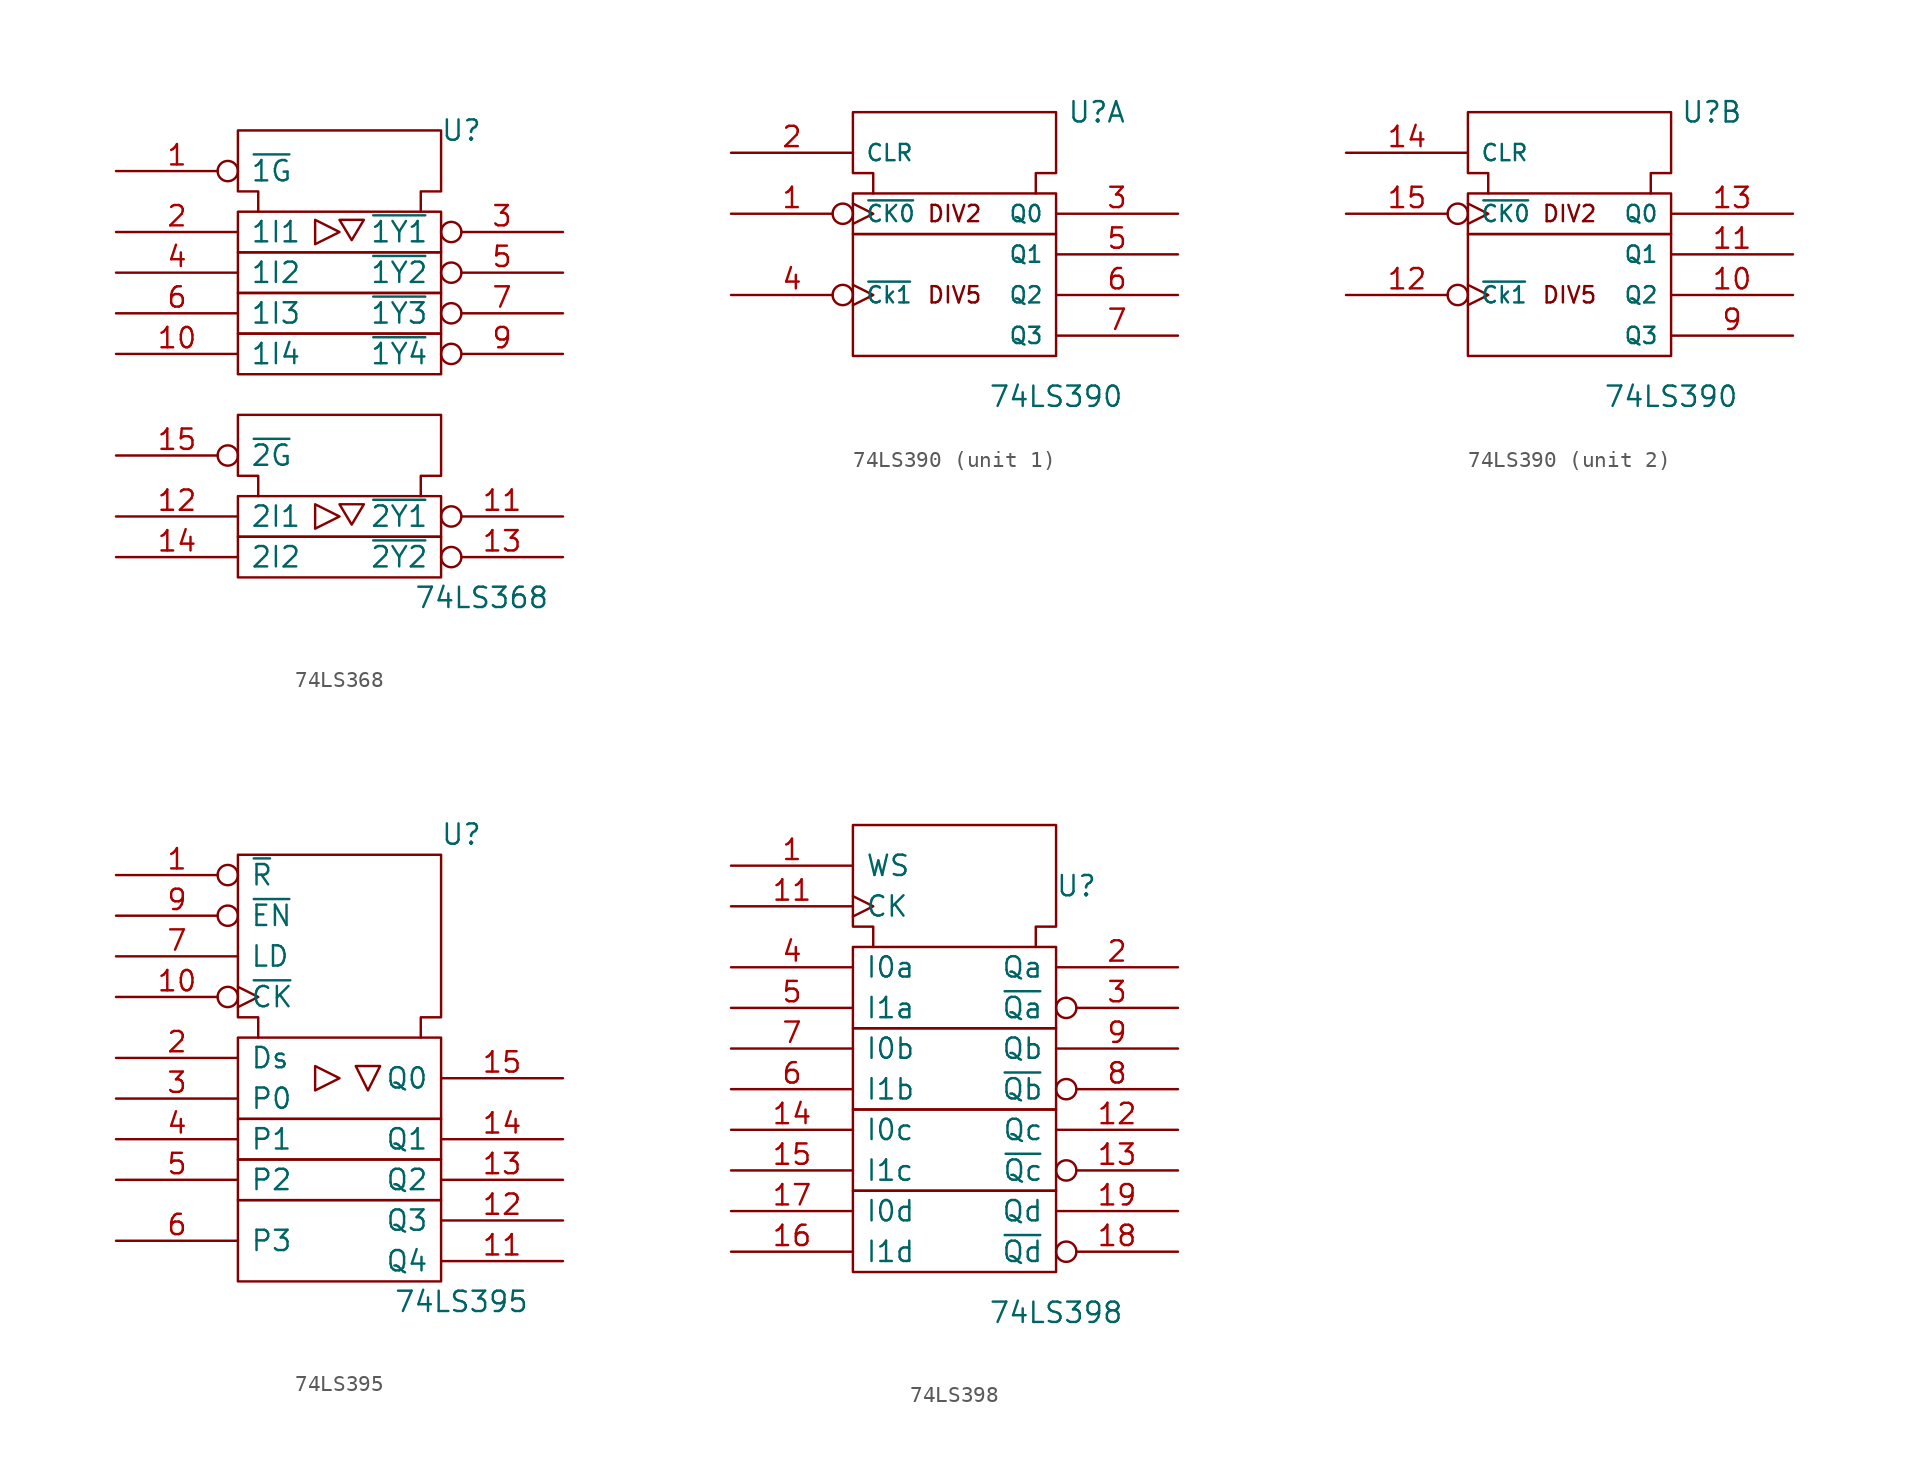
<source format=kicad_sym>
(kicad_symbol_lib
  (version 20231120)
  (generator "kicad_symbol_editor")
  (generator_version "8.0")
  (symbol "74LS368"
    (pin_names
      (offset 0.762))
    (property "Reference" "U"
      (at 7.62 8.89 0)
      (effects (font (size 1.27 1.27))))
    (property "Value" "74LS368"
      (at 8.89 -20.32 0)
      (effects (font (size 1.27 1.27))))
    (symbol "74LS368_0_0"
      (rectangle (start -6.35 -16.51) (end 6.35 -19.05) (stroke (width 0) (type default)) (fill (type none)))
      (rectangle (start -6.35 -13.97) (end 6.35 -16.51) (stroke (width 0) (type default)) (fill (type none)))
      (rectangle (start -6.35 -3.81) (end 6.35 -6.35) (stroke (width 0) (type default)) (fill (type none)))
      (rectangle (start -6.35 -1.27) (end 6.35 -3.81) (stroke (width 0) (type default)) (fill (type none)))
      (rectangle (start -6.35 1.27) (end 6.35 -1.27) (stroke (width 0) (type default)) (fill (type none)))
      (rectangle (start -6.35 3.81) (end 6.35 1.27) (stroke (width 0) (type default)) (fill (type none)))
      (polyline (pts (xy -1.524 -14.478) (xy -1.524 -16.002) (xy 0 -15.24) (xy -1.524 -14.478) (xy -1.524 -14.478)) (stroke (width 0) (type default)) (fill (type none)))
      (polyline (pts (xy -1.524 3.302) (xy 0 2.54) (xy -1.524 1.778) (xy -1.524 3.302) (xy -1.524 3.302)) (stroke (width 0) (type default)) (fill (type none)))
      (polyline (pts (xy -5.08 -13.97) (xy -5.08 -12.7) (xy -6.35 -12.7) (xy -6.35 -8.89) (xy 6.35 -8.89) (xy 6.35 -12.7) (xy 5.08 -12.7) (xy 5.08 -13.97) (xy 5.08 -13.97)) (stroke (width 0) (type default)) (fill (type none)))
      (polyline (pts (xy -5.08 3.81) (xy -5.08 5.08) (xy -6.35 5.08) (xy -6.35 8.89) (xy 6.35 8.89) (xy 6.35 5.08) (xy 5.08 5.08) (xy 5.08 3.81) (xy 5.08 3.81)) (stroke (width 0) (type default)) (fill (type none)))
      (pin power_in line (at 3.81 8.89 270) (length 0) hide (name "VCC" (effects (font (size 1.27 1.27)))) (number "16" (effects (font (size 1.27 1.27)))))
      (pin power_in line (at 0 8.89 270) (length 0) hide (name "GND" (effects (font (size 1.27 1.27)))) (number "8" (effects (font (size 1.27 1.27))))))
    (symbol "74LS368_0_1"
      (polyline (pts (xy 0 -14.478) (xy 1.524 -14.478) (xy 0.762 -15.748) (xy 0 -14.478) (xy 0 -14.478)) (stroke (width 0) (type default)) (fill (type none)))
      (polyline (pts (xy 0 3.302) (xy 1.524 3.302) (xy 0.762 2.032) (xy 0 3.302) (xy 0.254 3.302)) (stroke (width 0) (type default)) (fill (type none))))
    (symbol "74LS368_1_1"
      (pin input inverted (at -13.97 6.35 0) (length 7.62) (name "~{1G}" (effects (font (size 1.27 1.27)))) (number "1" (effects (font (size 1.27 1.27)))))
      (pin input line (at -13.97 -5.08 0) (length 7.62) (name "1I4" (effects (font (size 1.27 1.27)))) (number "10" (effects (font (size 1.27 1.27)))))
      (pin tri_state inverted (at 13.97 -15.24 180) (length 7.62) (name "~{2Y1}" (effects (font (size 1.27 1.27)))) (number "11" (effects (font (size 1.27 1.27)))))
      (pin input line (at -13.97 -15.24 0) (length 7.62) (name "2I1" (effects (font (size 1.27 1.27)))) (number "12" (effects (font (size 1.27 1.27)))))
      (pin tri_state inverted (at 13.97 -17.78 180) (length 7.62) (name "~{2Y2}" (effects (font (size 1.27 1.27)))) (number "13" (effects (font (size 1.27 1.27)))))
      (pin input line (at -13.97 -17.78 0) (length 7.62) (name "2I2" (effects (font (size 1.27 1.27)))) (number "14" (effects (font (size 1.27 1.27)))))
      (pin input inverted (at -13.97 -11.43 0) (length 7.62) (name "~{2G}" (effects (font (size 1.27 1.27)))) (number "15" (effects (font (size 1.27 1.27)))))
      (pin input line (at -13.97 2.54 0) (length 7.62) (name "1I1" (effects (font (size 1.27 1.27)))) (number "2" (effects (font (size 1.27 1.27)))))
      (pin tri_state inverted (at 13.97 2.54 180) (length 7.62) (name "~{1Y1}" (effects (font (size 1.27 1.27)))) (number "3" (effects (font (size 1.27 1.27)))))
      (pin input line (at -13.97 0 0) (length 7.62) (name "1I2" (effects (font (size 1.27 1.27)))) (number "4" (effects (font (size 1.27 1.27)))))
      (pin tri_state inverted (at 13.97 0 180) (length 7.62) (name "~{1Y2}" (effects (font (size 1.27 1.27)))) (number "5" (effects (font (size 1.27 1.27)))))
      (pin input line (at -13.97 -2.54 0) (length 7.62) (name "1I3" (effects (font (size 1.27 1.27)))) (number "6" (effects (font (size 1.27 1.27)))))
      (pin tri_state inverted (at 13.97 -2.54 180) (length 7.62) (name "~{1Y3}" (effects (font (size 1.27 1.27)))) (number "7" (effects (font (size 1.27 1.27)))))
      (pin tri_state inverted (at 13.97 -5.08 180) (length 7.62) (name "~{1Y4}" (effects (font (size 1.27 1.27)))) (number "9" (effects (font (size 1.27 1.27)))))))
  (symbol "74LS390"
    (pin_names
      (offset 0.762))
    (property "Reference" "U"
      (at 8.89 10.16 0)
      (effects (font (size 1.27 1.27))))
    (property "Value" "74LS390"
      (at 6.35 -7.62 0)
      (effects (font (size 1.27 1.27))))
    (symbol "74LS390_0_0"
      (rectangle (start -6.35 2.54) (end 6.35 -5.08) (stroke (width 0) (type default)) (fill (type none)))
      (rectangle (start -6.35 5.08) (end 6.35 2.54) (stroke (width 0) (type default)) (fill (type none)))
      (polyline (pts (xy -5.08 5.08) (xy -5.08 6.35) (xy -6.35 6.35) (xy -6.35 10.16) (xy 6.35 10.16) (xy 6.35 6.35) (xy 5.08 6.35) (xy 5.08 5.08) (xy 5.08 5.08)) (stroke (width 0) (type default)) (fill (type none)))
      (text "DIV2" (at 0 3.81 0) (effects (font (size 1.016 1.016))))
      (text "DIV5" (at 0 -1.27 0) (effects (font (size 1.016 1.016))))
      (pin power_in line (at 3.81 10.16 270) (length 0) hide (name "VCC" (effects (font (size 1.016 1.016)))) (number "16" (effects (font (size 1.27 1.27)))))
      (pin power_in line (at 1.27 10.16 270) (length 0) hide (name "GND" (effects (font (size 1.016 1.016)))) (number "8" (effects (font (size 1.27 1.27))))))
    (symbol "74LS390_1_1"
      (pin input inverted_clock (at -13.97 3.81 0) (length 7.62) (name "~{CK0}" (effects (font (size 1.016 1.016)))) (number "1" (effects (font (size 1.27 1.27)))))
      (pin input line (at -13.97 7.62 0) (length 7.62) (name "CLR" (effects (font (size 1.016 1.016)))) (number "2" (effects (font (size 1.27 1.27)))))
      (pin output line (at 13.97 3.81 180) (length 7.62) (name "Q0" (effects (font (size 1.016 1.016)))) (number "3" (effects (font (size 1.27 1.27)))))
      (pin input inverted_clock (at -13.97 -1.27 0) (length 7.62) (name "~{Ck1}" (effects (font (size 1.016 1.016)))) (number "4" (effects (font (size 1.27 1.27)))))
      (pin output line (at 13.97 1.27 180) (length 7.62) (name "Q1" (effects (font (size 1.016 1.016)))) (number "5" (effects (font (size 1.27 1.27)))))
      (pin output line (at 13.97 -1.27 180) (length 7.62) (name "Q2" (effects (font (size 1.016 1.016)))) (number "6" (effects (font (size 1.27 1.27)))))
      (pin output line (at 13.97 -3.81 180) (length 7.62) (name "Q3" (effects (font (size 1.016 1.016)))) (number "7" (effects (font (size 1.27 1.27))))))
    (symbol "74LS390_2_1"
      (pin output line (at 13.97 -1.27 180) (length 7.62) (name "Q2" (effects (font (size 1.016 1.016)))) (number "10" (effects (font (size 1.27 1.27)))))
      (pin output line (at 13.97 1.27 180) (length 7.62) (name "Q1" (effects (font (size 1.016 1.016)))) (number "11" (effects (font (size 1.27 1.27)))))
      (pin input inverted_clock (at -13.97 -1.27 0) (length 7.62) (name "~{Ck1}" (effects (font (size 1.016 1.016)))) (number "12" (effects (font (size 1.27 1.27)))))
      (pin output line (at 13.97 3.81 180) (length 7.62) (name "Q0" (effects (font (size 1.016 1.016)))) (number "13" (effects (font (size 1.27 1.27)))))
      (pin input line (at -13.97 7.62 0) (length 7.62) (name "CLR" (effects (font (size 1.016 1.016)))) (number "14" (effects (font (size 1.27 1.27)))))
      (pin input inverted_clock (at -13.97 3.81 0) (length 7.62) (name "~{CK0}" (effects (font (size 1.016 1.016)))) (number "15" (effects (font (size 1.27 1.27)))))
      (pin output line (at 13.97 -3.81 180) (length 7.62) (name "Q3" (effects (font (size 1.016 1.016)))) (number "9" (effects (font (size 1.27 1.27)))))))
  (symbol "74LS395"
    (pin_names
      (offset 0.762))
    (property "Reference" "U"
      (at 7.62 13.97 0)
      (effects (font (size 1.27 1.27))))
    (property "Value" "74LS395"
      (at 7.62 -15.24 0)
      (effects (font (size 1.27 1.27))))
    (symbol "74LS395_0_0"
      (rectangle (start -6.35 -8.89) (end 6.35 -13.97) (stroke (width 0) (type default)) (fill (type none)))
      (polyline (pts (xy -5.08 1.27) (xy -5.08 2.54) (xy -6.35 2.54) (xy -6.35 12.7) (xy 6.35 12.7) (xy 6.35 2.54) (xy 5.08 2.54) (xy 5.08 1.27) (xy 5.08 1.27)) (stroke (width 0) (type default)) (fill (type none)))
      (pin power_in line (at 0 12.7 270) (length 0) hide (name "GND" (effects (font (size 1.27 1.27)))) (number "8" (effects (font (size 1.27 1.27))))))
    (symbol "74LS395_0_1"
      (rectangle (start -6.35 -6.35) (end 6.35 -8.89) (stroke (width 0) (type default)) (fill (type none)))
      (rectangle (start -6.35 -3.81) (end 6.35 -6.35) (stroke (width 0) (type default)) (fill (type none)))
      (rectangle (start -6.35 1.27) (end 6.35 -3.81) (stroke (width 0) (type default)) (fill (type none)))
      (polyline (pts (xy -1.524 -0.508) (xy -1.524 -2.032) (xy 0 -1.27) (xy -1.524 -0.508) (xy -1.524 -0.508)) (stroke (width 0) (type default)) (fill (type none)))
      (polyline (pts (xy 2.54 -0.508) (xy 1.016 -0.508) (xy 1.778 -2.032) (xy 2.54 -0.508) (xy 2.54 -0.508)) (stroke (width 0) (type default)) (fill (type none)))
      (pin power_in line (at 3.81 12.7 270) (length 0) hide (name "Vdd" (effects (font (size 1.27 1.27)))) (number "16" (effects (font (size 1.27 1.27))))))
    (symbol "74LS395_1_1"
      (pin input inverted (at -13.97 11.43 0) (length 7.62) (name "~{R}" (effects (font (size 1.27 1.27)))) (number "1" (effects (font (size 1.27 1.27)))))
      (pin input inverted_clock (at -13.97 3.81 0) (length 7.62) (name "~{CK}" (effects (font (size 1.27 1.27)))) (number "10" (effects (font (size 1.27 1.27)))))
      (pin input line (at 13.97 -12.7 180) (length 7.62) (name "Q4" (effects (font (size 1.27 1.27)))) (number "11" (effects (font (size 1.27 1.27)))))
      (pin output line (at 13.97 -10.16 180) (length 7.62) (name "Q3" (effects (font (size 1.27 1.27)))) (number "12" (effects (font (size 1.27 1.27)))))
      (pin output line (at 13.97 -7.62 180) (length 7.62) (name "Q2" (effects (font (size 1.27 1.27)))) (number "13" (effects (font (size 1.27 1.27)))))
      (pin output line (at 13.97 -5.08 180) (length 7.62) (name "Q1" (effects (font (size 1.27 1.27)))) (number "14" (effects (font (size 1.27 1.27)))))
      (pin output line (at 13.97 -1.27 180) (length 7.62) (name "Q0" (effects (font (size 1.27 1.27)))) (number "15" (effects (font (size 1.27 1.27)))))
      (pin input line (at -13.97 0 0) (length 7.62) (name "Ds" (effects (font (size 1.27 1.27)))) (number "2" (effects (font (size 1.27 1.27)))))
      (pin input line (at -13.97 -2.54 0) (length 7.62) (name "P0" (effects (font (size 1.27 1.27)))) (number "3" (effects (font (size 1.27 1.27)))))
      (pin input line (at -13.97 -5.08 0) (length 7.62) (name "P1" (effects (font (size 1.27 1.27)))) (number "4" (effects (font (size 1.27 1.27)))))
      (pin input line (at -13.97 -7.62 0) (length 7.62) (name "P2" (effects (font (size 1.27 1.27)))) (number "5" (effects (font (size 1.27 1.27)))))
      (pin input line (at -13.97 -11.43 0) (length 7.62) (name "P3" (effects (font (size 1.27 1.27)))) (number "6" (effects (font (size 1.27 1.27)))))
      (pin input line (at -13.97 6.35 0) (length 7.62) (name "LD" (effects (font (size 1.27 1.27)))) (number "7" (effects (font (size 1.27 1.27)))))
      (pin input inverted (at -13.97 8.89 0) (length 7.62) (name "~{EN}" (effects (font (size 1.27 1.27)))) (number "9" (effects (font (size 1.27 1.27)))))))
  (symbol "74LS398"
    (pin_names
      (offset 0.762))
    (property "Reference" "U"
      (at 7.62 10.16 0)
      (effects (font (size 1.27 1.27))))
    (property "Value" "74LS398"
      (at 6.35 -16.51 0)
      (effects (font (size 1.27 1.27))))
    (symbol "74LS398_0_0"
      (rectangle (start -6.35 -8.89) (end 6.35 -13.97) (stroke (width 0) (type default)) (fill (type none)))
      (rectangle (start -6.35 -3.81) (end 6.35 -8.89) (stroke (width 0) (type default)) (fill (type none)))
      (rectangle (start -6.35 1.27) (end 6.35 -3.81) (stroke (width 0) (type default)) (fill (type none)))
      (rectangle (start -6.35 6.35) (end 6.35 1.27) (stroke (width 0) (type default)) (fill (type none)))
      (polyline (pts (xy -5.08 6.35) (xy -5.08 7.62) (xy -6.35 7.62) (xy -6.35 13.97) (xy 6.35 13.97) (xy 6.35 7.62) (xy 5.08 7.62) (xy 5.08 6.35) (xy 5.08 6.35)) (stroke (width 0) (type default)) (fill (type none)))
      (pin power_in line (at 0 13.97 270) (length 0) hide (name "GND" (effects (font (size 1.27 1.27)))) (number "10" (effects (font (size 1.27 1.27)))))
      (pin power_in line (at 3.81 13.97 270) (length 0) hide (name "VCC" (effects (font (size 1.27 1.27)))) (number "20" (effects (font (size 1.27 1.27))))))
    (symbol "74LS398_1_1"
      (pin input line (at -13.97 11.43 0) (length 7.62) (name "WS" (effects (font (size 1.27 1.27)))) (number "1" (effects (font (size 1.27 1.27)))))
      (pin input clock (at -13.97 8.89 0) (length 7.62) (name "CK" (effects (font (size 1.27 1.27)))) (number "11" (effects (font (size 1.27 1.27)))))
      (pin tri_state line (at 13.97 -5.08 180) (length 7.62) (name "Qc" (effects (font (size 1.27 1.27)))) (number "12" (effects (font (size 1.27 1.27)))))
      (pin output inverted (at 13.97 -7.62 180) (length 7.62) (name "~{Qc}" (effects (font (size 1.27 1.27)))) (number "13" (effects (font (size 1.27 1.27)))))
      (pin input line (at -13.97 -5.08 0) (length 7.62) (name "I0c" (effects (font (size 1.27 1.27)))) (number "14" (effects (font (size 1.27 1.27)))))
      (pin input line (at -13.97 -7.62 0) (length 7.62) (name "I1c" (effects (font (size 1.27 1.27)))) (number "15" (effects (font (size 1.27 1.27)))))
      (pin input line (at -13.97 -12.7 0) (length 7.62) (name "I1d" (effects (font (size 1.27 1.27)))) (number "16" (effects (font (size 1.27 1.27)))))
      (pin input line (at -13.97 -10.16 0) (length 7.62) (name "I0d" (effects (font (size 1.27 1.27)))) (number "17" (effects (font (size 1.27 1.27)))))
      (pin output inverted (at 13.97 -12.7 180) (length 7.62) (name "~{Qd}" (effects (font (size 1.27 1.27)))) (number "18" (effects (font (size 1.27 1.27)))))
      (pin tri_state line (at 13.97 -10.16 180) (length 7.62) (name "Qd" (effects (font (size 1.27 1.27)))) (number "19" (effects (font (size 1.27 1.27)))))
      (pin tri_state line (at 13.97 5.08 180) (length 7.62) (name "Qa" (effects (font (size 1.27 1.27)))) (number "2" (effects (font (size 1.27 1.27)))))
      (pin output inverted (at 13.97 2.54 180) (length 7.62) (name "~{Qa}" (effects (font (size 1.27 1.27)))) (number "3" (effects (font (size 1.27 1.27)))))
      (pin input line (at -13.97 5.08 0) (length 7.62) (name "I0a" (effects (font (size 1.27 1.27)))) (number "4" (effects (font (size 1.27 1.27)))))
      (pin input line (at -13.97 2.54 0) (length 7.62) (name "I1a" (effects (font (size 1.27 1.27)))) (number "5" (effects (font (size 1.27 1.27)))))
      (pin input line (at -13.97 -2.54 0) (length 7.62) (name "I1b" (effects (font (size 1.27 1.27)))) (number "6" (effects (font (size 1.27 1.27)))))
      (pin input line (at -13.97 0 0) (length 7.62) (name "I0b" (effects (font (size 1.27 1.27)))) (number "7" (effects (font (size 1.27 1.27)))))
      (pin output inverted (at 13.97 -2.54 180) (length 7.62) (name "~{Qb}" (effects (font (size 1.27 1.27)))) (number "8" (effects (font (size 1.27 1.27)))))
      (pin tri_state line (at 13.97 0 180) (length 7.62) (name "Qb" (effects (font (size 1.27 1.27)))) (number "9" (effects (font (size 1.27 1.27))))))))
</source>
